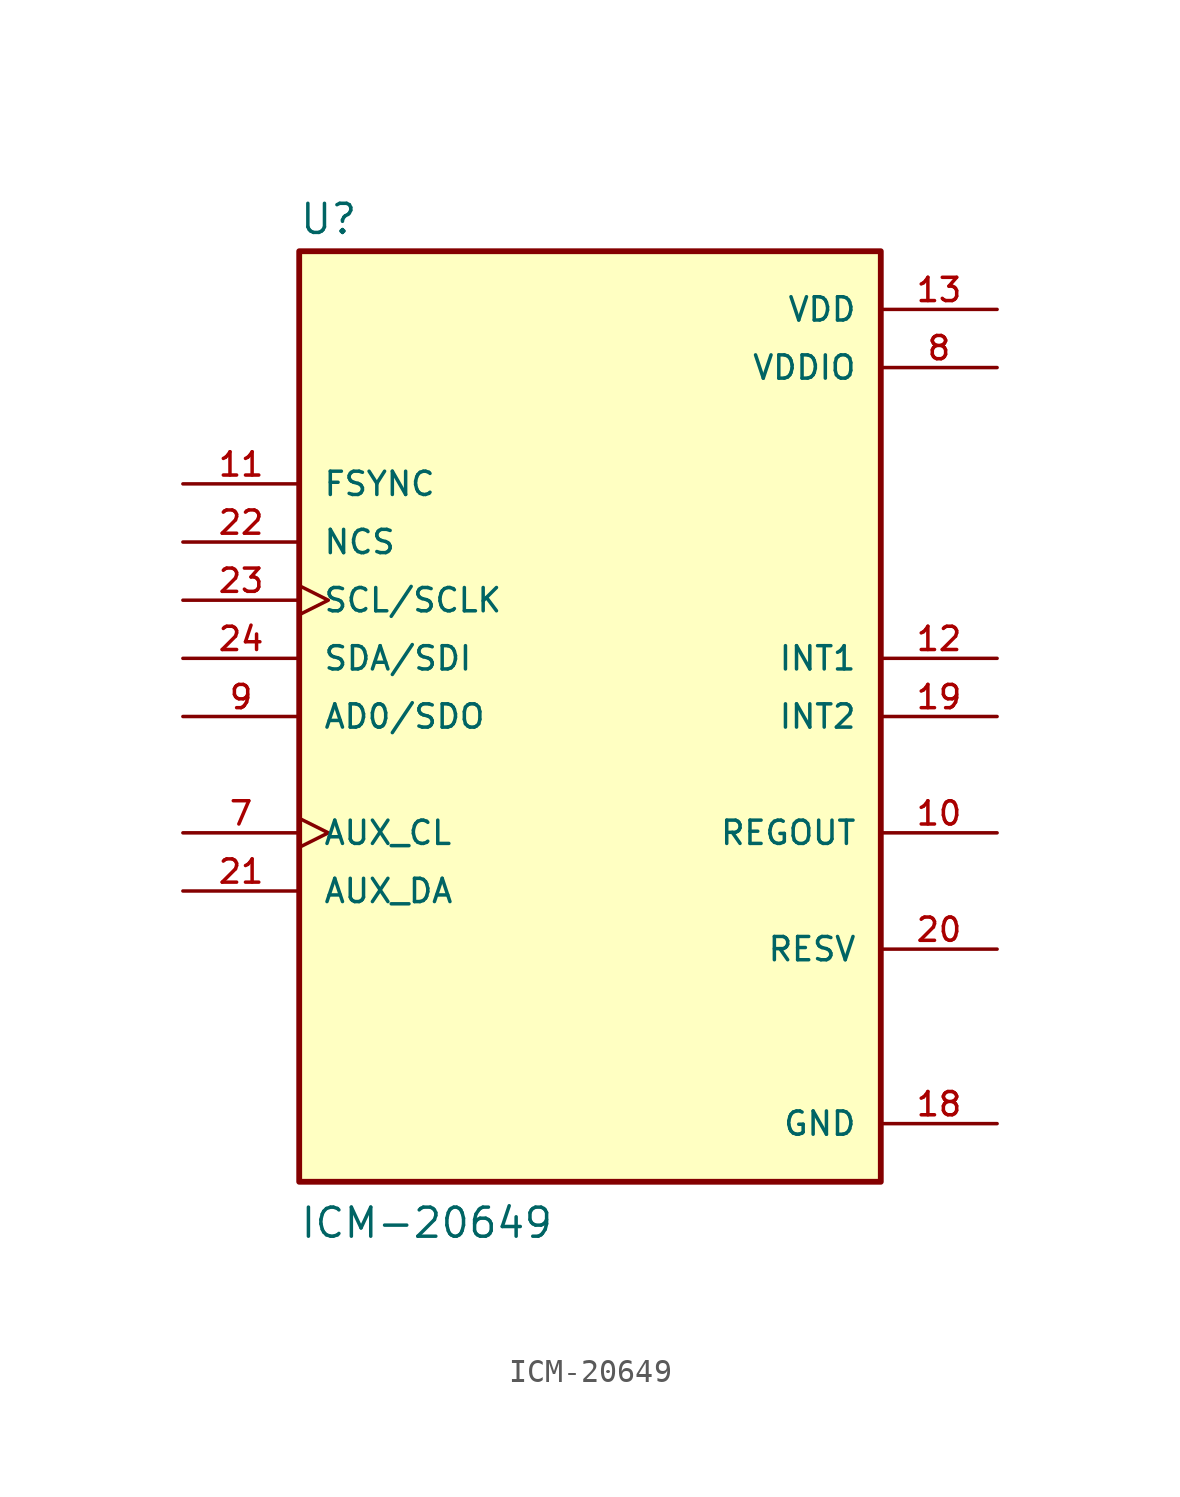
<source format=kicad_sym>
(kicad_symbol_lib
  (version 20201005)
  (generator kicad_symbol_editor)
  (symbol "ICM-20649"
    (pin_names
      (offset 1.016))
    (property "Reference" "U"
      (at -12.725 20.98 0)
      (effects (font (size 1.27 1.27)) (justify left bottom)))
    (property "Value" "ICM-20649"
      (at -12.7 -22.86 0)
      (effects (font (size 1.27 1.27)) (justify left bottom)))
    (property "ki_locked" ""
      (at 0 0 0)
      (effects (font (size 1.27 1.27))))
    (symbol "ICM-20649_0_0"
      (rectangle (start -12.7 -20.32) (end 12.7 20.32) (stroke (width 0.254)) (fill (type background)))
      (pin passive line (at 17.78 -5.08 180) (length 5.08) (name "REGOUT" (effects (font (size 1.016 1.016)))) (number "10" (effects (font (size 1.016 1.016)))))
      (pin input line (at -17.78 10.16 0) (length 5.08) (name "FSYNC" (effects (font (size 1.016 1.016)))) (number "11" (effects (font (size 1.016 1.016)))))
      (pin output line (at 17.78 2.54 180) (length 5.08) (name "INT1" (effects (font (size 1.016 1.016)))) (number "12" (effects (font (size 1.016 1.016)))))
      (pin power_in line (at 17.78 17.78 180) (length 5.08) (name "VDD" (effects (font (size 1.016 1.016)))) (number "13" (effects (font (size 1.016 1.016)))))
      (pin power_in line (at 17.78 -17.78 180) (length 5.08) (name "GND" (effects (font (size 1.016 1.016)))) (number "18" (effects (font (size 1.016 1.016)))))
      (pin output line (at 17.78 0 180) (length 5.08) (name "INT2" (effects (font (size 1.016 1.016)))) (number "19" (effects (font (size 1.016 1.016)))))
      (pin passive line (at 17.78 -10.16 180) (length 5.08) (name "RESV" (effects (font (size 1.016 1.016)))) (number "20" (effects (font (size 1.016 1.016)))))
      (pin bidirectional line (at -17.78 -7.62 0) (length 5.08) (name "AUX_DA" (effects (font (size 1.016 1.016)))) (number "21" (effects (font (size 1.016 1.016)))))
      (pin input line (at -17.78 7.62 0) (length 5.08) (name "NCS" (effects (font (size 1.016 1.016)))) (number "22" (effects (font (size 1.016 1.016)))))
      (pin input clock (at -17.78 5.08 0) (length 5.08) (name "SCL/SCLK" (effects (font (size 1.016 1.016)))) (number "23" (effects (font (size 1.016 1.016)))))
      (pin input line (at -17.78 2.54 0) (length 5.08) (name "SDA/SDI" (effects (font (size 1.016 1.016)))) (number "24" (effects (font (size 1.016 1.016)))))
      (pin bidirectional clock (at -17.78 -5.08 0) (length 5.08) (name "AUX_CL" (effects (font (size 1.016 1.016)))) (number "7" (effects (font (size 1.016 1.016)))))
      (pin power_in line (at 17.78 15.24 180) (length 5.08) (name "VDDIO" (effects (font (size 1.016 1.016)))) (number "8" (effects (font (size 1.016 1.016)))))
      (pin output line (at -17.78 0 0) (length 5.08) (name "AD0/SDO" (effects (font (size 1.016 1.016)))) (number "9" (effects (font (size 1.016 1.016))))))))
</source>
